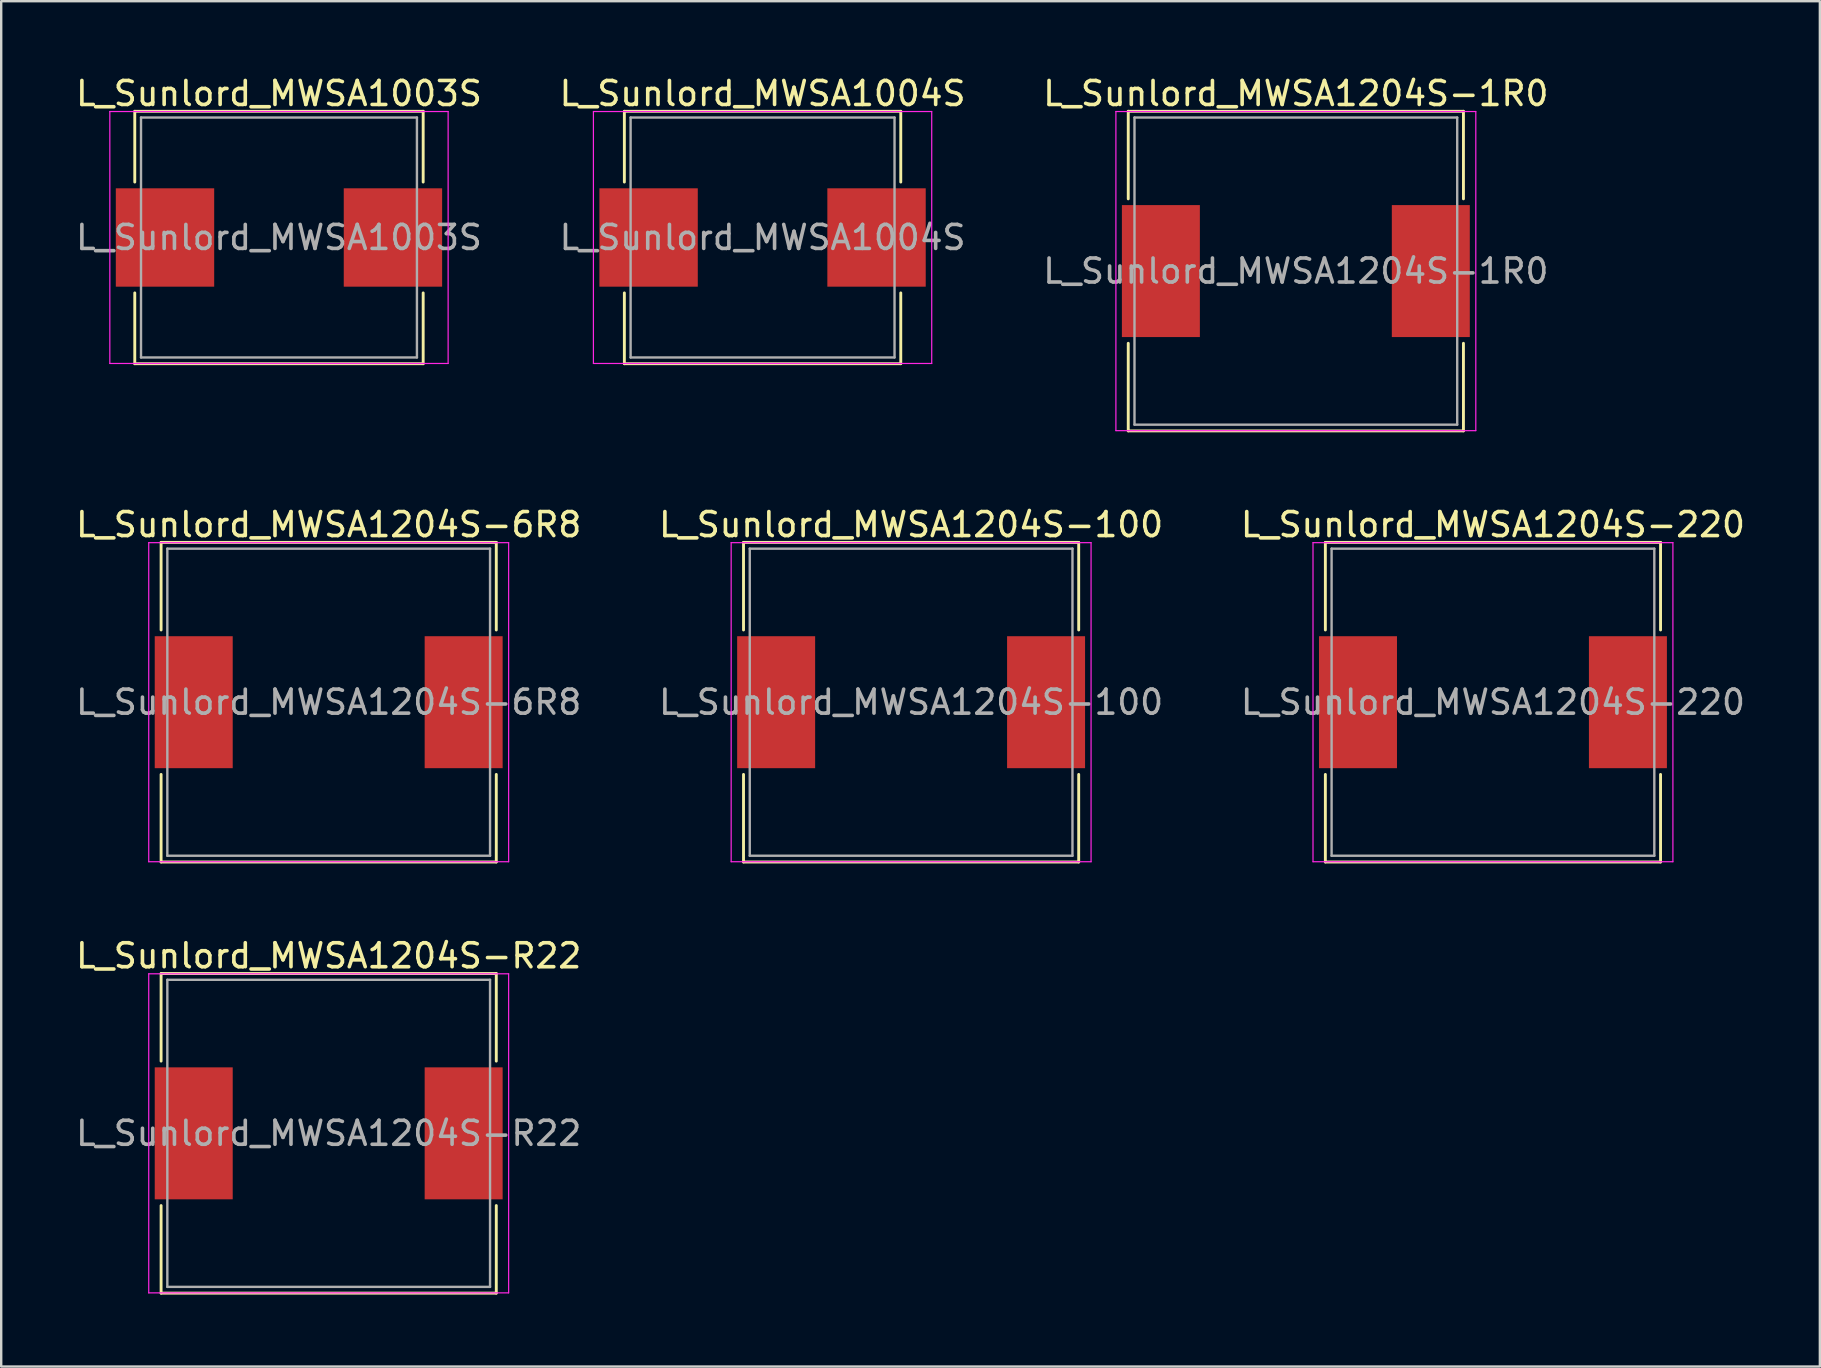
<source format=kicad_pcb>
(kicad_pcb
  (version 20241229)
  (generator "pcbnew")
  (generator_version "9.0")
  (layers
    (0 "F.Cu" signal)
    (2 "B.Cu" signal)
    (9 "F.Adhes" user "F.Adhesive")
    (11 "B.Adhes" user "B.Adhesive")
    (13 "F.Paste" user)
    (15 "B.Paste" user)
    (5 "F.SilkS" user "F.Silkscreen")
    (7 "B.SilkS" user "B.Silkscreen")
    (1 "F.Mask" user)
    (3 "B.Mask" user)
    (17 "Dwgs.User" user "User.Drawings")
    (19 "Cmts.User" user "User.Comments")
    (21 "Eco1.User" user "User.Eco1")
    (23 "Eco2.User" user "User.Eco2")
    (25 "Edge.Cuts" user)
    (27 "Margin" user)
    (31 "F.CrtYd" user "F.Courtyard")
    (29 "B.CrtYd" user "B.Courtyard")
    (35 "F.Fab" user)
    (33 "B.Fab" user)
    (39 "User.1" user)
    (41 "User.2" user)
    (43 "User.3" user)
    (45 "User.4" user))
  (footprint "L_Sunlord_MWSA1204S-100"
    (layer "F.Cu")
    (at 34.923 26.216)
    (property "Reference" "L_Sunlord_MWSA1204S-100" (at 0 -7.4 0) (layer "F.SilkS") (effects (font (size 1 1) (thickness 0.15))))
    (attr smd)
    (fp_line (start -6.985 -6.66) (end -6.985 -3.01) (stroke (width 0.12) (type solid)) (layer "F.SilkS"))
    (fp_line (start -6.985 -6.66) (end 6.985 -6.66) (stroke (width 0.12) (type solid)) (layer "F.SilkS"))
    (fp_line (start -6.985 6.66) (end -6.985 3.01) (stroke (width 0.12) (type solid)) (layer "F.SilkS"))
    (fp_line (start -6.985 6.66) (end 6.985 6.66) (stroke (width 0.12) (type solid)) (layer "F.SilkS"))
    (fp_line (start 6.985 -6.66) (end 6.985 -3.01) (stroke (width 0.12) (type solid)) (layer "F.SilkS"))
    (fp_line (start 6.985 6.66) (end 6.985 3.01) (stroke (width 0.12) (type solid)) (layer "F.SilkS"))
    (fp_line (start -7.5 -6.65) (end -7.5 6.65) (stroke (width 0.05) (type solid)) (layer "F.CrtYd"))
    (fp_line (start -7.5 6.65) (end 7.5 6.65) (stroke (width 0.05) (type solid)) (layer "F.CrtYd"))
    (fp_line (start 7.5 -6.65) (end -7.5 -6.65) (stroke (width 0.05) (type solid)) (layer "F.CrtYd"))
    (fp_line (start 7.5 6.65) (end 7.5 -6.65) (stroke (width 0.05) (type solid)) (layer "F.CrtYd"))
    (fp_line (start -6.725 -6.4) (end -6.725 6.4) (stroke (width 0.1) (type solid)) (layer "F.Fab"))
    (fp_line (start -6.725 6.4) (end 6.725 6.4) (stroke (width 0.1) (type solid)) (layer "F.Fab"))
    (fp_line (start 6.725 -6.4) (end -6.725 -6.4) (stroke (width 0.1) (type solid)) (layer "F.Fab"))
    (fp_line (start 6.725 6.4) (end 6.725 -6.4) (stroke (width 0.1) (type solid)) (layer "F.Fab"))
    (fp_text user "${REFERENCE}" (at 0 0 0) (layer "F.Fab") (effects (font (size 1 1) (thickness 0.15))))
    (pad "1" smd rect (at -5.625 0) (size 3.25 5.5) (layers "F.Cu" "F.Mask" "F.Paste"))
    (pad "2" smd rect (at 5.625 0) (size 3.25 5.5) (layers "F.Cu" "F.Mask" "F.Paste")))
  (footprint "L_Sunlord_MWSA1204S-R22"
    (layer "F.Cu")
    (at 10.649 44.185)
    (property "Reference" "L_Sunlord_MWSA1204S-R22" (at 0 -7.4 0) (layer "F.SilkS") (effects (font (size 1 1) (thickness 0.15))))
    (attr smd)
    (fp_line (start -6.985 -6.66) (end -6.985 -3.01) (stroke (width 0.12) (type solid)) (layer "F.SilkS"))
    (fp_line (start -6.985 -6.66) (end 6.985 -6.66) (stroke (width 0.12) (type solid)) (layer "F.SilkS"))
    (fp_line (start -6.985 6.66) (end -6.985 3.01) (stroke (width 0.12) (type solid)) (layer "F.SilkS"))
    (fp_line (start -6.985 6.66) (end 6.985 6.66) (stroke (width 0.12) (type solid)) (layer "F.SilkS"))
    (fp_line (start 6.985 -6.66) (end 6.985 -3.01) (stroke (width 0.12) (type solid)) (layer "F.SilkS"))
    (fp_line (start 6.985 6.66) (end 6.985 3.01) (stroke (width 0.12) (type solid)) (layer "F.SilkS"))
    (fp_line (start -7.5 -6.65) (end -7.5 6.65) (stroke (width 0.05) (type solid)) (layer "F.CrtYd"))
    (fp_line (start -7.5 6.65) (end 7.5 6.65) (stroke (width 0.05) (type solid)) (layer "F.CrtYd"))
    (fp_line (start 7.5 -6.65) (end -7.5 -6.65) (stroke (width 0.05) (type solid)) (layer "F.CrtYd"))
    (fp_line (start 7.5 6.65) (end 7.5 -6.65) (stroke (width 0.05) (type solid)) (layer "F.CrtYd"))
    (fp_line (start -6.725 -6.4) (end -6.725 6.4) (stroke (width 0.1) (type solid)) (layer "F.Fab"))
    (fp_line (start -6.725 6.4) (end 6.725 6.4) (stroke (width 0.1) (type solid)) (layer "F.Fab"))
    (fp_line (start 6.725 -6.4) (end -6.725 -6.4) (stroke (width 0.1) (type solid)) (layer "F.Fab"))
    (fp_line (start 6.725 6.4) (end 6.725 -6.4) (stroke (width 0.1) (type solid)) (layer "F.Fab"))
    (fp_text user "${REFERENCE}" (at 0 0 0) (layer "F.Fab") (effects (font (size 1 1) (thickness 0.15))))
    (pad "1" smd rect (at -5.625 0) (size 3.25 5.5) (layers "F.Cu" "F.Mask" "F.Paste"))
    (pad "2" smd rect (at 5.625 0) (size 3.25 5.5) (layers "F.Cu" "F.Mask" "F.Paste")))
  (footprint "L_Sunlord_MWSA1003S"
    (layer "F.Cu")
    (at 8.577 6.848)
    (property "Reference" "L_Sunlord_MWSA1003S" (at 0 -6 0) (layer "F.SilkS") (effects (font (size 1 1) (thickness 0.15))))
    (attr smd)
    (fp_line (start -6.01 -5.26) (end -6.01 -2.31) (stroke (width 0.12) (type solid)) (layer "F.SilkS"))
    (fp_line (start -6.01 -5.26) (end 6.01 -5.26) (stroke (width 0.12) (type solid)) (layer "F.SilkS"))
    (fp_line (start -6.01 5.26) (end -6.01 2.31) (stroke (width 0.12) (type solid)) (layer "F.SilkS"))
    (fp_line (start -6.01 5.26) (end 6.01 5.26) (stroke (width 0.12) (type solid)) (layer "F.SilkS"))
    (fp_line (start 6.01 -5.26) (end 6.01 -2.31) (stroke (width 0.12) (type solid)) (layer "F.SilkS"))
    (fp_line (start 6.01 5.26) (end 6.01 2.31) (stroke (width 0.12) (type solid)) (layer "F.SilkS"))
    (fp_line (start -7.05 -5.25) (end -7.05 5.25) (stroke (width 0.05) (type solid)) (layer "F.CrtYd"))
    (fp_line (start -7.05 5.25) (end 7.05 5.25) (stroke (width 0.05) (type solid)) (layer "F.CrtYd"))
    (fp_line (start 7.05 -5.25) (end -7.05 -5.25) (stroke (width 0.05) (type solid)) (layer "F.CrtYd"))
    (fp_line (start 7.05 5.25) (end 7.05 -5.25) (stroke (width 0.05) (type solid)) (layer "F.CrtYd"))
    (fp_line (start -5.75 -5) (end -5.75 5) (stroke (width 0.1) (type solid)) (layer "F.Fab"))
    (fp_line (start -5.75 5) (end 5.75 5) (stroke (width 0.1) (type solid)) (layer "F.Fab"))
    (fp_line (start 5.75 -5) (end -5.75 -5) (stroke (width 0.1) (type solid)) (layer "F.Fab"))
    (fp_line (start 5.75 5) (end 5.75 -5) (stroke (width 0.1) (type solid)) (layer "F.Fab"))
    (fp_text user "${REFERENCE}" (at 0 0 0) (layer "F.Fab") (effects (font (size 1 1) (thickness 0.15))))
    (pad "1" smd rect (at -4.75 0) (size 4.1 4.1) (layers "F.Cu" "F.Mask" "F.Paste"))
    (pad "2" smd rect (at 4.75 0) (size 4.1 4.1) (layers "F.Cu" "F.Mask" "F.Paste")))
  (footprint "L_Sunlord_MWSA1204S-6R8"
    (layer "F.Cu")
    (at 10.649 26.216)
    (property "Reference" "L_Sunlord_MWSA1204S-6R8" (at 0 -7.4 0) (layer "F.SilkS") (effects (font (size 1 1) (thickness 0.15))))
    (attr smd)
    (fp_line (start -6.985 -6.66) (end -6.985 -3.01) (stroke (width 0.12) (type solid)) (layer "F.SilkS"))
    (fp_line (start -6.985 -6.66) (end 6.985 -6.66) (stroke (width 0.12) (type solid)) (layer "F.SilkS"))
    (fp_line (start -6.985 6.66) (end -6.985 3.01) (stroke (width 0.12) (type solid)) (layer "F.SilkS"))
    (fp_line (start -6.985 6.66) (end 6.985 6.66) (stroke (width 0.12) (type solid)) (layer "F.SilkS"))
    (fp_line (start 6.985 -6.66) (end 6.985 -3.01) (stroke (width 0.12) (type solid)) (layer "F.SilkS"))
    (fp_line (start 6.985 6.66) (end 6.985 3.01) (stroke (width 0.12) (type solid)) (layer "F.SilkS"))
    (fp_line (start -7.5 -6.65) (end -7.5 6.65) (stroke (width 0.05) (type solid)) (layer "F.CrtYd"))
    (fp_line (start -7.5 6.65) (end 7.5 6.65) (stroke (width 0.05) (type solid)) (layer "F.CrtYd"))
    (fp_line (start 7.5 -6.65) (end -7.5 -6.65) (stroke (width 0.05) (type solid)) (layer "F.CrtYd"))
    (fp_line (start 7.5 6.65) (end 7.5 -6.65) (stroke (width 0.05) (type solid)) (layer "F.CrtYd"))
    (fp_line (start -6.725 -6.4) (end -6.725 6.4) (stroke (width 0.1) (type solid)) (layer "F.Fab"))
    (fp_line (start -6.725 6.4) (end 6.725 6.4) (stroke (width 0.1) (type solid)) (layer "F.Fab"))
    (fp_line (start 6.725 -6.4) (end -6.725 -6.4) (stroke (width 0.1) (type solid)) (layer "F.Fab"))
    (fp_line (start 6.725 6.4) (end 6.725 -6.4) (stroke (width 0.1) (type solid)) (layer "F.Fab"))
    (fp_text user "${REFERENCE}" (at 0 0 0) (layer "F.Fab") (effects (font (size 1 1) (thickness 0.15))))
    (pad "1" smd rect (at -5.625 0) (size 3.25 5.5) (layers "F.Cu" "F.Mask" "F.Paste"))
    (pad "2" smd rect (at 5.625 0) (size 3.25 5.5) (layers "F.Cu" "F.Mask" "F.Paste")))
  (footprint "L_Sunlord_MWSA1204S-220"
    (layer "F.Cu")
    (at 59.173 26.216)
    (property "Reference" "L_Sunlord_MWSA1204S-220" (at 0 -7.4 0) (layer "F.SilkS") (effects (font (size 1 1) (thickness 0.15))))
    (attr smd)
    (fp_line (start -6.985 -6.66) (end -6.985 -3.01) (stroke (width 0.12) (type solid)) (layer "F.SilkS"))
    (fp_line (start -6.985 -6.66) (end 6.985 -6.66) (stroke (width 0.12) (type solid)) (layer "F.SilkS"))
    (fp_line (start -6.985 6.66) (end -6.985 3.01) (stroke (width 0.12) (type solid)) (layer "F.SilkS"))
    (fp_line (start -6.985 6.66) (end 6.985 6.66) (stroke (width 0.12) (type solid)) (layer "F.SilkS"))
    (fp_line (start 6.985 -6.66) (end 6.985 -3.01) (stroke (width 0.12) (type solid)) (layer "F.SilkS"))
    (fp_line (start 6.985 6.66) (end 6.985 3.01) (stroke (width 0.12) (type solid)) (layer "F.SilkS"))
    (fp_line (start -7.5 -6.65) (end -7.5 6.65) (stroke (width 0.05) (type solid)) (layer "F.CrtYd"))
    (fp_line (start -7.5 6.65) (end 7.5 6.65) (stroke (width 0.05) (type solid)) (layer "F.CrtYd"))
    (fp_line (start 7.5 -6.65) (end -7.5 -6.65) (stroke (width 0.05) (type solid)) (layer "F.CrtYd"))
    (fp_line (start 7.5 6.65) (end 7.5 -6.65) (stroke (width 0.05) (type solid)) (layer "F.CrtYd"))
    (fp_line (start -6.725 -6.4) (end -6.725 6.4) (stroke (width 0.1) (type solid)) (layer "F.Fab"))
    (fp_line (start -6.725 6.4) (end 6.725 6.4) (stroke (width 0.1) (type solid)) (layer "F.Fab"))
    (fp_line (start 6.725 -6.4) (end -6.725 -6.4) (stroke (width 0.1) (type solid)) (layer "F.Fab"))
    (fp_line (start 6.725 6.4) (end 6.725 -6.4) (stroke (width 0.1) (type solid)) (layer "F.Fab"))
    (fp_text user "${REFERENCE}" (at 0 0 0) (layer "F.Fab") (effects (font (size 1 1) (thickness 0.15))))
    (pad "1" smd rect (at -5.625 0) (size 3.25 5.5) (layers "F.Cu" "F.Mask" "F.Paste"))
    (pad "2" smd rect (at 5.625 0) (size 3.25 5.5) (layers "F.Cu" "F.Mask" "F.Paste")))
  (footprint "L_Sunlord_MWSA1004S"
    (layer "F.Cu")
    (at 28.732 6.848)
    (property "Reference" "L_Sunlord_MWSA1004S" (at 0 -6 0) (layer "F.SilkS") (effects (font (size 1 1) (thickness 0.15))))
    (attr smd)
    (fp_line (start -5.76 -5.26) (end -5.76 -2.31) (stroke (width 0.12) (type solid)) (layer "F.SilkS"))
    (fp_line (start -5.76 -5.26) (end 5.76 -5.26) (stroke (width 0.12) (type solid)) (layer "F.SilkS"))
    (fp_line (start -5.76 5.26) (end -5.76 2.31) (stroke (width 0.12) (type solid)) (layer "F.SilkS"))
    (fp_line (start -5.76 5.26) (end 5.76 5.26) (stroke (width 0.12) (type solid)) (layer "F.SilkS"))
    (fp_line (start 5.76 -5.26) (end 5.76 -2.31) (stroke (width 0.12) (type solid)) (layer "F.SilkS"))
    (fp_line (start 5.76 5.26) (end 5.76 2.31) (stroke (width 0.12) (type solid)) (layer "F.SilkS"))
    (fp_line (start -7.05 -5.25) (end -7.05 5.25) (stroke (width 0.05) (type solid)) (layer "F.CrtYd"))
    (fp_line (start -7.05 5.25) (end 7.05 5.25) (stroke (width 0.05) (type solid)) (layer "F.CrtYd"))
    (fp_line (start 7.05 -5.25) (end -7.05 -5.25) (stroke (width 0.05) (type solid)) (layer "F.CrtYd"))
    (fp_line (start 7.05 5.25) (end 7.05 -5.25) (stroke (width 0.05) (type solid)) (layer "F.CrtYd"))
    (fp_line (start -5.5 -5) (end -5.5 5) (stroke (width 0.1) (type solid)) (layer "F.Fab"))
    (fp_line (start -5.5 5) (end 5.5 5) (stroke (width 0.1) (type solid)) (layer "F.Fab"))
    (fp_line (start 5.5 -5) (end -5.5 -5) (stroke (width 0.1) (type solid)) (layer "F.Fab"))
    (fp_line (start 5.5 5) (end 5.5 -5) (stroke (width 0.1) (type solid)) (layer "F.Fab"))
    (fp_text user "${REFERENCE}" (at 0 0 0) (layer "F.Fab") (effects (font (size 1 1) (thickness 0.15))))
    (pad "1" smd rect (at -4.75 0) (size 4.1 4.1) (layers "F.Cu" "F.Mask" "F.Paste"))
    (pad "2" smd rect (at 4.75 0) (size 4.1 4.1) (layers "F.Cu" "F.Mask" "F.Paste")))
  (footprint "L_Sunlord_MWSA1204S-1R0"
    (layer "F.Cu")
    (at 50.958 8.248)
    (property "Reference" "L_Sunlord_MWSA1204S-1R0" (at 0 -7.4 0) (layer "F.SilkS") (effects (font (size 1 1) (thickness 0.15))))
    (attr smd)
    (fp_line (start -6.985 -6.66) (end -6.985 -3.01) (stroke (width 0.12) (type solid)) (layer "F.SilkS"))
    (fp_line (start -6.985 -6.66) (end 6.985 -6.66) (stroke (width 0.12) (type solid)) (layer "F.SilkS"))
    (fp_line (start -6.985 6.66) (end -6.985 3.01) (stroke (width 0.12) (type solid)) (layer "F.SilkS"))
    (fp_line (start -6.985 6.66) (end 6.985 6.66) (stroke (width 0.12) (type solid)) (layer "F.SilkS"))
    (fp_line (start 6.985 -6.66) (end 6.985 -3.01) (stroke (width 0.12) (type solid)) (layer "F.SilkS"))
    (fp_line (start 6.985 6.66) (end 6.985 3.01) (stroke (width 0.12) (type solid)) (layer "F.SilkS"))
    (fp_line (start -7.5 -6.65) (end -7.5 6.65) (stroke (width 0.05) (type solid)) (layer "F.CrtYd"))
    (fp_line (start -7.5 6.65) (end 7.5 6.65) (stroke (width 0.05) (type solid)) (layer "F.CrtYd"))
    (fp_line (start 7.5 -6.65) (end -7.5 -6.65) (stroke (width 0.05) (type solid)) (layer "F.CrtYd"))
    (fp_line (start 7.5 6.65) (end 7.5 -6.65) (stroke (width 0.05) (type solid)) (layer "F.CrtYd"))
    (fp_line (start -6.725 -6.4) (end -6.725 6.4) (stroke (width 0.1) (type solid)) (layer "F.Fab"))
    (fp_line (start -6.725 6.4) (end 6.725 6.4) (stroke (width 0.1) (type solid)) (layer "F.Fab"))
    (fp_line (start 6.725 -6.4) (end -6.725 -6.4) (stroke (width 0.1) (type solid)) (layer "F.Fab"))
    (fp_line (start 6.725 6.4) (end 6.725 -6.4) (stroke (width 0.1) (type solid)) (layer "F.Fab"))
    (fp_text user "${REFERENCE}" (at 0 0 0) (layer "F.Fab") (effects (font (size 1 1) (thickness 0.15))))
    (pad "1" smd rect (at -5.625 0) (size 3.25 5.5) (layers "F.Cu" "F.Mask" "F.Paste"))
    (pad "2" smd rect (at 5.625 0) (size 3.25 5.5) (layers "F.Cu" "F.Mask" "F.Paste")))
  (gr_rect
    (start -3 -3)
    (end 72.798 53.905)
    (stroke (width 0.1) (type default))
    (fill no)
    (layer "Edge.Cuts")))
</source>
